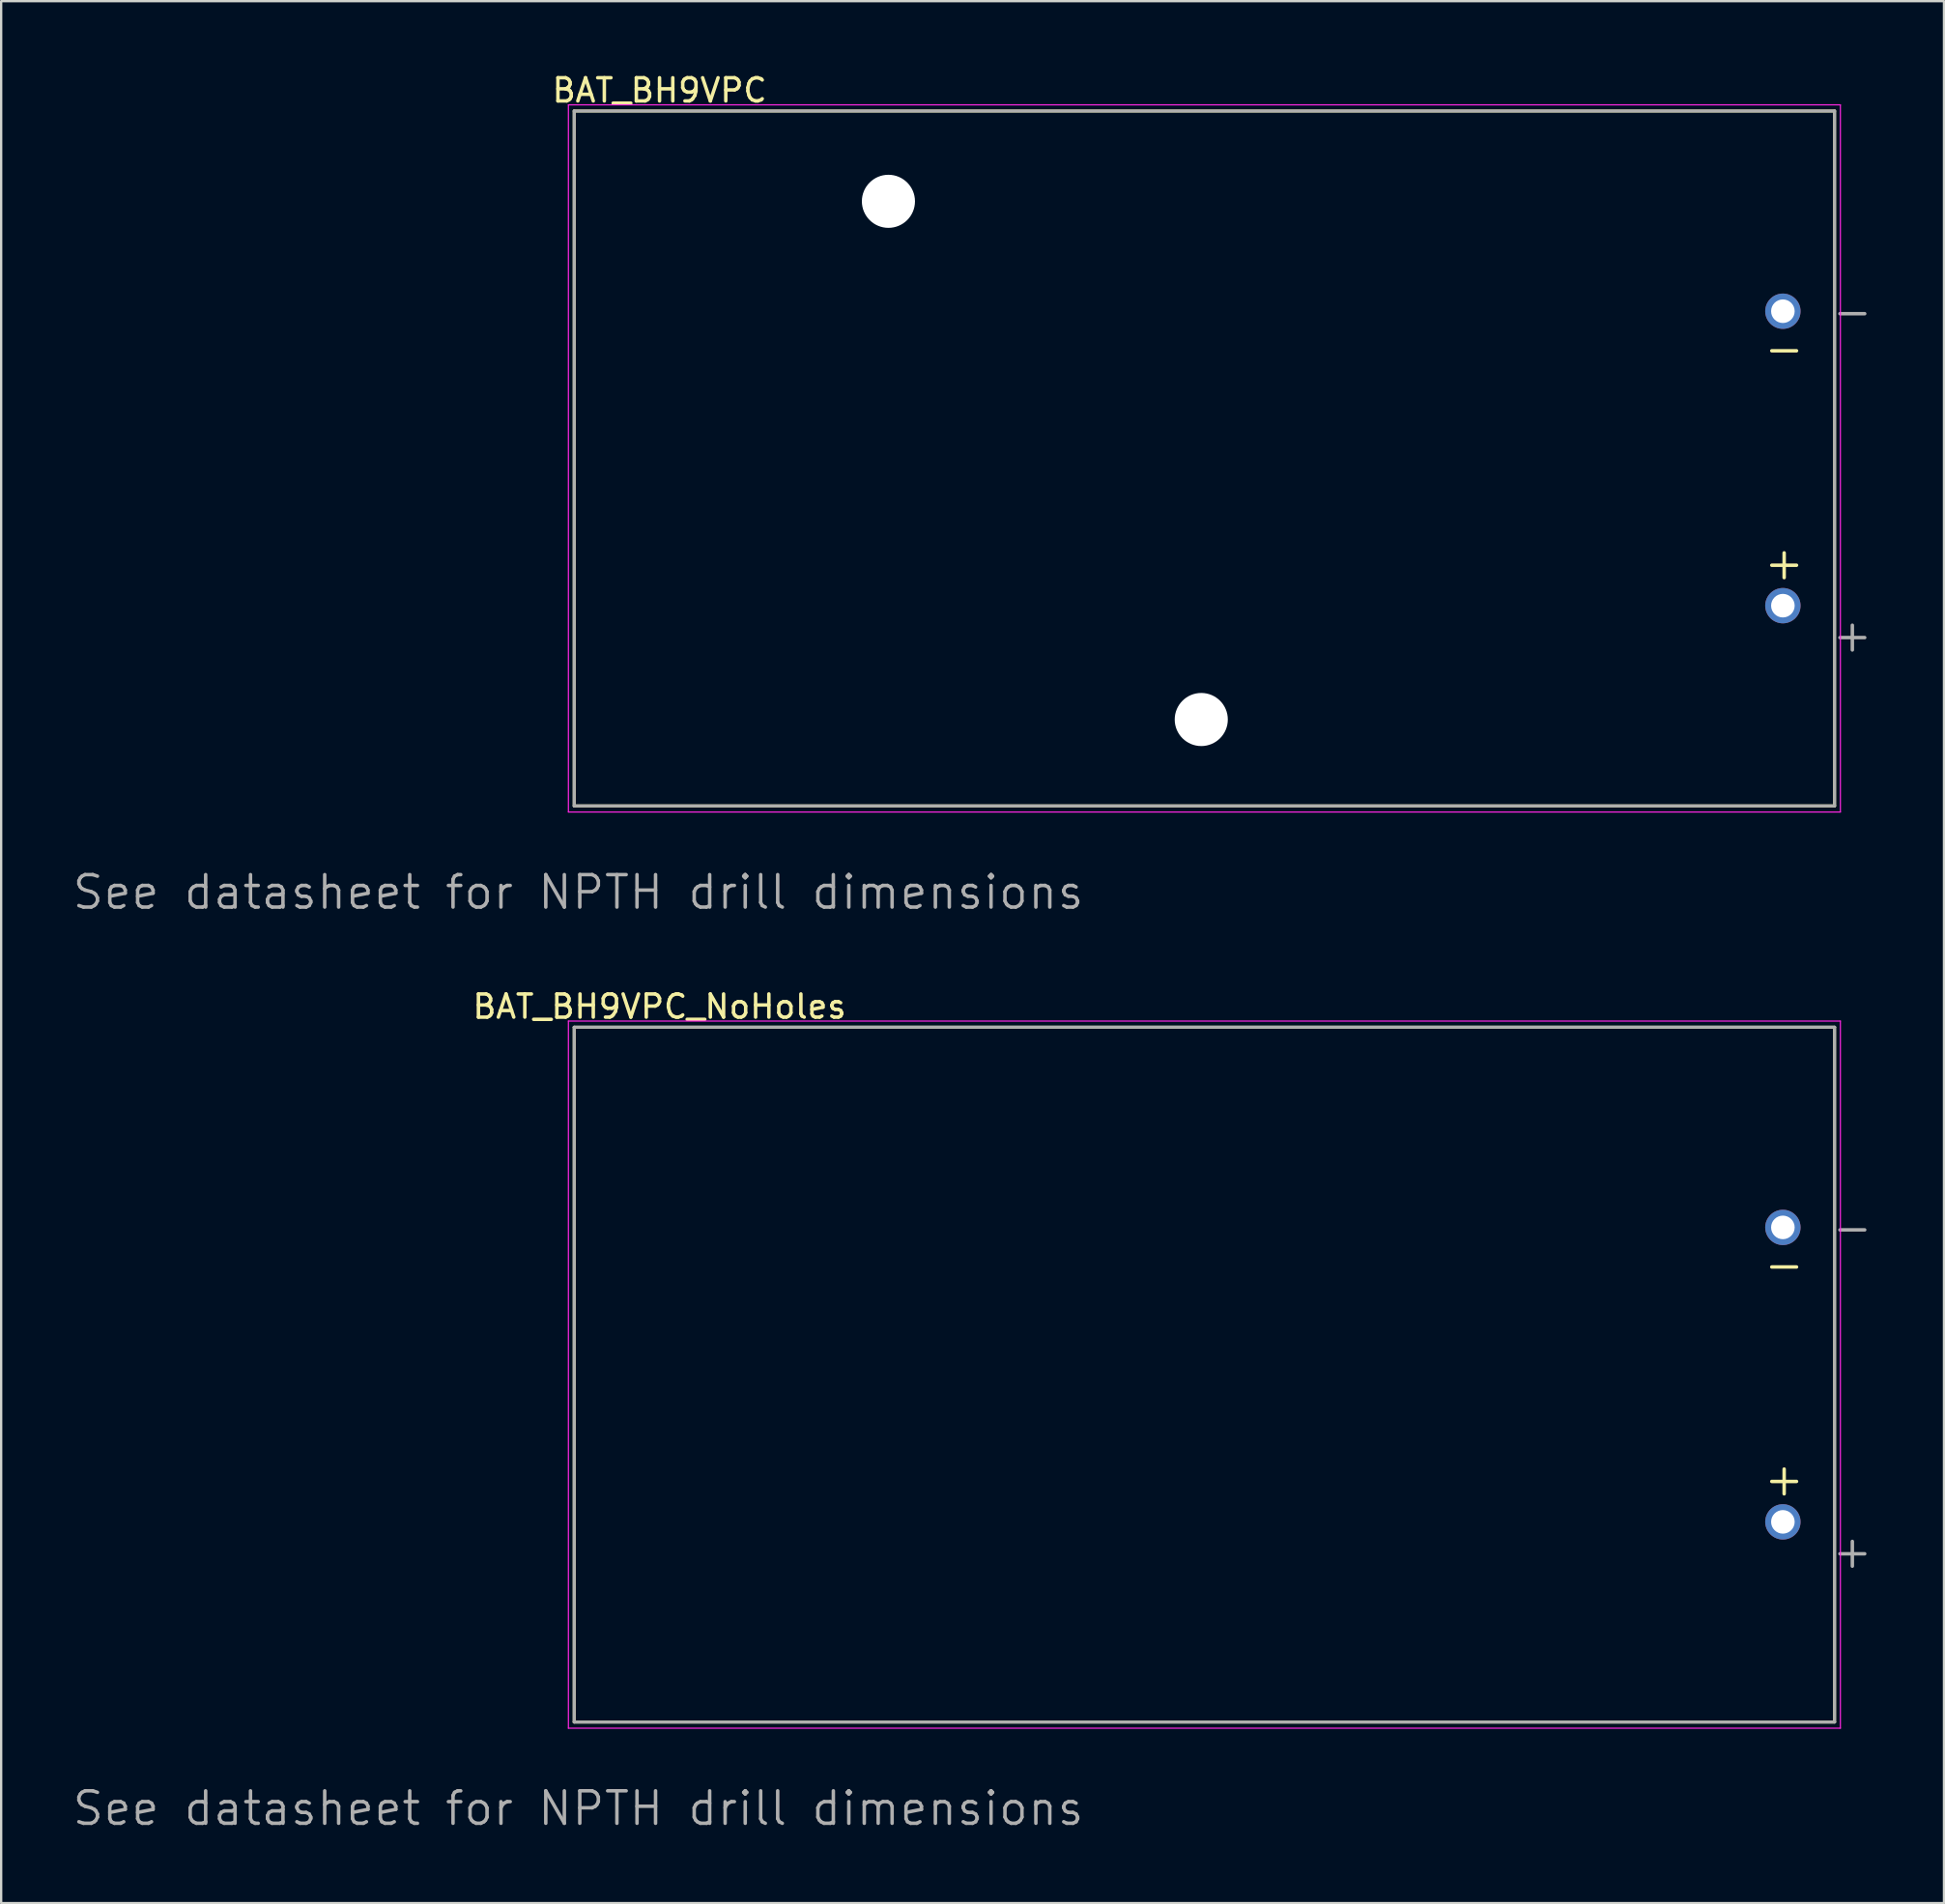
<source format=kicad_pcb>
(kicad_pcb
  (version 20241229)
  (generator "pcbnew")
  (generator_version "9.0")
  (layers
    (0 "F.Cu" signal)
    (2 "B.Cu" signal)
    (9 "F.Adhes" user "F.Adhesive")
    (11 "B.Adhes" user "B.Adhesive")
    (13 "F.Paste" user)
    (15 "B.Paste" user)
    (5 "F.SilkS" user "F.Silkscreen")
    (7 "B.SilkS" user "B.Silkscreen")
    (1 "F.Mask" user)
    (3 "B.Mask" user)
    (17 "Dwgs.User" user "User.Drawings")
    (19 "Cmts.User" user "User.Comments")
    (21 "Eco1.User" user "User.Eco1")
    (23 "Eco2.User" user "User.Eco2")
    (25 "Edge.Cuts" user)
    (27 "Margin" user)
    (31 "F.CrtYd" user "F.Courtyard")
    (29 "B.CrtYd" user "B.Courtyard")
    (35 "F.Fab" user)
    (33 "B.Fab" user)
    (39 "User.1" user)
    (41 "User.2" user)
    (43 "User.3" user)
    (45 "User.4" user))
  (footprint "BAT_BH9VPC_NoHoles"
    (layer "F.Cu")
    (at 48.885 56.239)
    (property "Reference" "BAT_BH9VPC_NoHoles" (at -23.495 -15.875 0) (layer "F.SilkS") (effects (font (size 1 1) (thickness 0.15))))
    (attr through_hole)
    (fp_line (start -27.175 -14.985) (end 27.175 -14.985) (stroke (width 0.127) (type solid)) (layer "F.SilkS"))
    (fp_line (start -27.175 14.985) (end -27.175 -14.985) (stroke (width 0.127) (type solid)) (layer "F.SilkS"))
    (fp_line (start 27.175 -14.985) (end 27.175 14.985) (stroke (width 0.127) (type solid)) (layer "F.SilkS"))
    (fp_line (start 27.175 14.985) (end -27.175 14.985) (stroke (width 0.127) (type solid)) (layer "F.SilkS"))
    (fp_line (start -27.425 -15.25) (end 27.425 -15.25) (stroke (width 0.05) (type solid)) (layer "F.CrtYd"))
    (fp_line (start -27.425 15.25) (end -27.425 -15.25) (stroke (width 0.05) (type solid)) (layer "F.CrtYd"))
    (fp_line (start 27.425 -15.25) (end 27.425 15.25) (stroke (width 0.05) (type solid)) (layer "F.CrtYd"))
    (fp_line (start 27.425 15.25) (end -27.425 15.25) (stroke (width 0.05) (type solid)) (layer "F.CrtYd"))
    (fp_line (start -27.175 -14.985) (end 27.175 -14.985) (stroke (width 0.127) (type solid)) (layer "F.Fab"))
    (fp_line (start -27.175 14.985) (end -27.175 -14.985) (stroke (width 0.127) (type solid)) (layer "F.Fab"))
    (fp_line (start 27.175 -14.985) (end 27.175 14.985) (stroke (width 0.127) (type solid)) (layer "F.Fab"))
    (fp_line (start 27.175 14.985) (end -27.175 14.985) (stroke (width 0.127) (type solid)) (layer "F.Fab"))
    (fp_text user "-" (at 25 -4.75 0) (layer "F.SilkS") (effects (font (size 1.4 1.4) (thickness 0.15))))
    (fp_text user "+" (at 25 4.5 0) (layer "F.SilkS") (effects (font (size 1.4 1.4) (thickness 0.15))))
    (fp_text user "+" (at 27.94 7.62 0) (layer "F.Fab") (effects (font (size 1.4 1.4) (thickness 0.15))))
    (fp_text user "-" (at 27.94 -6.35 0) (layer "F.Fab") (effects (font (size 1.4 1.4) (thickness 0.15))))
    (fp_text user "See datasheet for NPTH drill dimensions" (at -27 18.71 0) (layer "F.Fab") (effects (font (size 1.4 1.4) (thickness 0.15))))
    (pad "1" thru_hole circle (at 24.945 6.35) (size 1.524 1.524) (drill 1.016) (layers "*.Cu" "*.Mask"))
    (pad "2" thru_hole circle (at 24.945 -6.35) (size 1.524 1.524) (drill 1.016) (layers "*.Cu" "*.Mask")))
  (footprint "BAT_BH9VPC"
    (layer "F.Cu")
    (at 48.885 16.723)
    (property "Reference" "BAT_BH9VPC" (at -23.495 -15.875 0) (layer "F.SilkS") (effects (font (size 1 1) (thickness 0.15))))
    (attr through_hole)
    (fp_line (start -27.175 -14.985) (end 27.175 -14.985) (stroke (width 0.127) (type solid)) (layer "F.SilkS"))
    (fp_line (start -27.175 14.985) (end -27.175 -14.985) (stroke (width 0.127) (type solid)) (layer "F.SilkS"))
    (fp_line (start 27.175 -14.985) (end 27.175 14.985) (stroke (width 0.127) (type solid)) (layer "F.SilkS"))
    (fp_line (start 27.175 14.985) (end -27.175 14.985) (stroke (width 0.127) (type solid)) (layer "F.SilkS"))
    (fp_line (start -27.425 -15.25) (end 27.425 -15.25) (stroke (width 0.05) (type solid)) (layer "F.CrtYd"))
    (fp_line (start -27.425 15.25) (end -27.425 -15.25) (stroke (width 0.05) (type solid)) (layer "F.CrtYd"))
    (fp_line (start 27.425 -15.25) (end 27.425 15.25) (stroke (width 0.05) (type solid)) (layer "F.CrtYd"))
    (fp_line (start 27.425 15.25) (end -27.425 15.25) (stroke (width 0.05) (type solid)) (layer "F.CrtYd"))
    (fp_line (start -27.175 -14.985) (end 27.175 -14.985) (stroke (width 0.127) (type solid)) (layer "F.Fab"))
    (fp_line (start -27.175 14.985) (end -27.175 -14.985) (stroke (width 0.127) (type solid)) (layer "F.Fab"))
    (fp_line (start 27.175 -14.985) (end 27.175 14.985) (stroke (width 0.127) (type solid)) (layer "F.Fab"))
    (fp_line (start 27.175 14.985) (end -27.175 14.985) (stroke (width 0.127) (type solid)) (layer "F.Fab"))
    (fp_text user "-" (at 25 -4.75 0) (layer "F.SilkS") (effects (font (size 1.4 1.4) (thickness 0.15))))
    (fp_text user "+" (at 25 4.5 0) (layer "F.SilkS") (effects (font (size 1.4 1.4) (thickness 0.15))))
    (fp_text user "+" (at 27.94 7.62 0) (layer "F.Fab") (effects (font (size 1.4 1.4) (thickness 0.15))))
    (fp_text user "-" (at 27.94 -6.35 0) (layer "F.Fab") (effects (font (size 1.4 1.4) (thickness 0.15))))
    (fp_text user "See datasheet for NPTH drill dimensions" (at -27 18.71 0) (layer "F.Fab") (effects (font (size 1.4 1.4) (thickness 0.15))))
    (pad "" np_thru_hole circle (at -13.625 -11.09) (size 2.29 2.29) (drill 2.29) (layers "*.Cu" "*.Mask"))
    (pad "" np_thru_hole circle (at -0.135 11.26) (size 2.29 2.29) (drill 2.29) (layers "*.Cu" "*.Mask"))
    (pad "1" thru_hole circle (at 24.945 6.35) (size 1.524 1.524) (drill 1.016) (layers "*.Cu" "*.Mask"))
    (pad "2" thru_hole circle (at 24.945 -6.35) (size 1.524 1.524) (drill 1.016) (layers "*.Cu" "*.Mask")))
  (gr_rect
    (start -3 -3)
    (end 80.777 79.031)
    (stroke (width 0.1) (type default))
    (fill no)
    (layer "Edge.Cuts")))
</source>
